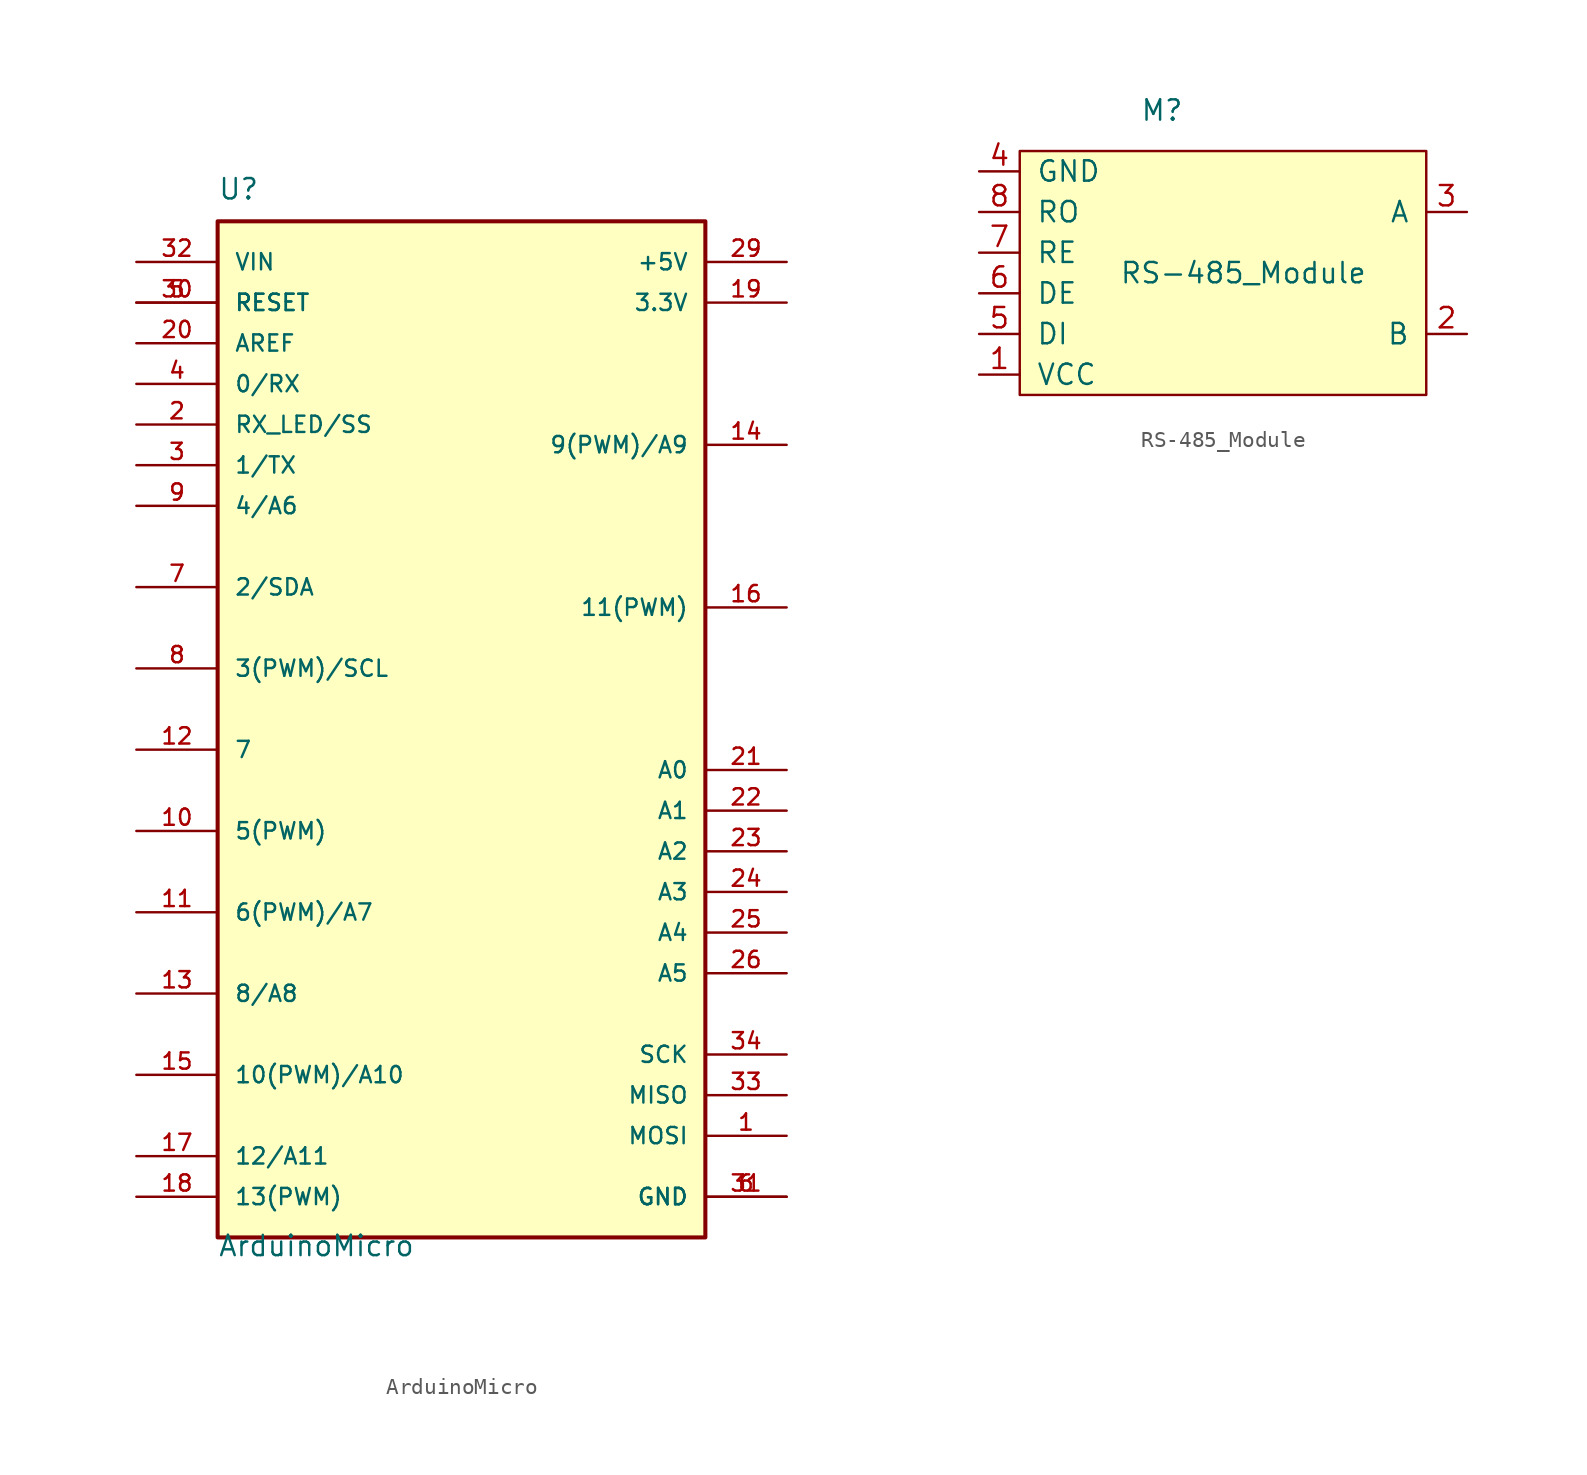
<source format=kicad_sym>
(kicad_symbol_lib
  (version 20211014)
  (generator kicad_symbol_editor)
  (symbol "ArduinoMicro"
    (pin_names
      (offset 1.016))
    (property "Reference" "U"
      (at -15.24 31.75 0)
      (effects (font (size 1.27 1.27)) (justify left bottom)))
    (property "Value" "ArduinoMicro"
      (at -15.24 -34.29 0)
      (effects (font (size 1.27 1.27)) (justify left bottom)))
    (symbol "ArduinoMicro_0_0"
      (rectangle (start -15.24 -33.02) (end 15.24 30.48) (stroke (width 0.254) (type default) (color 0 0 0 0)) (fill (type background)))
      (pin bidirectional line (at 20.32 -26.67 180) (length 5.08) (name "MOSI" (effects (font (size 1.016 1.016)))) (number "1" (effects (font (size 1.016 1.016)))))
      (pin bidirectional line (at -20.32 -7.62 0) (length 5.08) (name "5(PWM)" (effects (font (size 1.016 1.016)))) (number "10" (effects (font (size 1.016 1.016)))))
      (pin bidirectional line (at -20.32 -12.7 0) (length 5.08) (name "6(PWM)/A7" (effects (font (size 1.016 1.016)))) (number "11" (effects (font (size 1.016 1.016)))))
      (pin bidirectional line (at -20.32 -2.54 0) (length 5.08) (name "7" (effects (font (size 1.016 1.016)))) (number "12" (effects (font (size 1.016 1.016)))))
      (pin bidirectional line (at -20.32 -17.78 0) (length 5.08) (name "8/A8" (effects (font (size 1.016 1.016)))) (number "13" (effects (font (size 1.016 1.016)))))
      (pin bidirectional line (at 20.32 16.51 180) (length 5.08) (name "9(PWM)/A9" (effects (font (size 1.016 1.016)))) (number "14" (effects (font (size 1.016 1.016)))))
      (pin bidirectional line (at -20.32 -22.86 0) (length 5.08) (name "10(PWM)/A10" (effects (font (size 1.016 1.016)))) (number "15" (effects (font (size 1.016 1.016)))))
      (pin bidirectional line (at 20.32 6.35 180) (length 5.08) (name "11(PWM)" (effects (font (size 1.016 1.016)))) (number "16" (effects (font (size 1.016 1.016)))))
      (pin bidirectional line (at -20.32 -27.94 0) (length 5.08) (name "12/A11" (effects (font (size 1.016 1.016)))) (number "17" (effects (font (size 1.016 1.016)))))
      (pin bidirectional line (at -20.32 -30.48 0) (length 5.08) (name "13(PWM)" (effects (font (size 1.016 1.016)))) (number "18" (effects (font (size 1.016 1.016)))))
      (pin power_in line (at 20.32 25.4 180) (length 5.08) (name "3.3V" (effects (font (size 1.016 1.016)))) (number "19" (effects (font (size 1.016 1.016)))))
      (pin bidirectional line (at -20.32 17.78 0) (length 5.08) (name "RX_LED/SS" (effects (font (size 1.016 1.016)))) (number "2" (effects (font (size 1.016 1.016)))))
      (pin input line (at -20.32 22.86 0) (length 5.08) (name "AREF" (effects (font (size 1.016 1.016)))) (number "20" (effects (font (size 1.016 1.016)))))
      (pin bidirectional line (at 20.32 -3.81 180) (length 5.08) (name "A0" (effects (font (size 1.016 1.016)))) (number "21" (effects (font (size 1.016 1.016)))))
      (pin bidirectional line (at 20.32 -6.35 180) (length 5.08) (name "A1" (effects (font (size 1.016 1.016)))) (number "22" (effects (font (size 1.016 1.016)))))
      (pin bidirectional line (at 20.32 -8.89 180) (length 5.08) (name "A2" (effects (font (size 1.016 1.016)))) (number "23" (effects (font (size 1.016 1.016)))))
      (pin bidirectional line (at 20.32 -11.43 180) (length 5.08) (name "A3" (effects (font (size 1.016 1.016)))) (number "24" (effects (font (size 1.016 1.016)))))
      (pin bidirectional line (at 20.32 -13.97 180) (length 5.08) (name "A4" (effects (font (size 1.016 1.016)))) (number "25" (effects (font (size 1.016 1.016)))))
      (pin bidirectional line (at 20.32 -16.51 180) (length 5.08) (name "A5" (effects (font (size 1.016 1.016)))) (number "26" (effects (font (size 1.016 1.016)))))
      (pin power_in line (at 20.32 27.94 180) (length 5.08) (name "+5V" (effects (font (size 1.016 1.016)))) (number "29" (effects (font (size 1.016 1.016)))))
      (pin bidirectional line (at -20.32 15.24 0) (length 5.08) (name "1/TX" (effects (font (size 1.016 1.016)))) (number "3" (effects (font (size 1.016 1.016)))))
      (pin input line (at -20.32 25.4 0) (length 5.08) (name "RESET" (effects (font (size 1.016 1.016)))) (number "30" (effects (font (size 1.016 1.016)))))
      (pin power_in line (at 20.32 -30.48 180) (length 5.08) (name "GND" (effects (font (size 1.016 1.016)))) (number "31" (effects (font (size 1.016 1.016)))))
      (pin power_in line (at -20.32 27.94 0) (length 5.08) (name "VIN" (effects (font (size 1.016 1.016)))) (number "32" (effects (font (size 1.016 1.016)))))
      (pin bidirectional line (at 20.32 -24.13 180) (length 5.08) (name "MISO" (effects (font (size 1.016 1.016)))) (number "33" (effects (font (size 1.016 1.016)))))
      (pin bidirectional line (at 20.32 -21.59 180) (length 5.08) (name "SCK" (effects (font (size 1.016 1.016)))) (number "34" (effects (font (size 1.016 1.016)))))
      (pin bidirectional line (at -20.32 20.32 0) (length 5.08) (name "0/RX" (effects (font (size 1.016 1.016)))) (number "4" (effects (font (size 1.016 1.016)))))
      (pin input line (at -20.32 25.4 0) (length 5.08) (name "RESET" (effects (font (size 1.016 1.016)))) (number "5" (effects (font (size 1.016 1.016)))))
      (pin power_in line (at 20.32 -30.48 180) (length 5.08) (name "GND" (effects (font (size 1.016 1.016)))) (number "6" (effects (font (size 1.016 1.016)))))
      (pin bidirectional line (at -20.32 7.62 0) (length 5.08) (name "2/SDA" (effects (font (size 1.016 1.016)))) (number "7" (effects (font (size 1.016 1.016)))))
      (pin bidirectional line (at -20.32 2.54 0) (length 5.08) (name "3(PWM)/SCL" (effects (font (size 1.016 1.016)))) (number "8" (effects (font (size 1.016 1.016)))))
      (pin bidirectional line (at -20.32 12.7 0) (length 5.08) (name "4/A6" (effects (font (size 1.016 1.016)))) (number "9" (effects (font (size 1.016 1.016)))))))
  (symbol "RS-485_Module"
    (pin_names
      (offset 1.016))
    (property "Reference" "M"
      (at 0 7.62 0)
      (effects (font (size 1.27 1.27))))
    (property "Value" "RS-485_Module"
      (at 5.08 -2.54 0)
      (effects (font (size 1.27 1.27))))
    (symbol "RS-485_Module_0_1"
      (rectangle (start -8.89 5.08) (end 16.51 -10.16) (stroke (width 0) (type default) (color 0 0 0 0)) (fill (type background))))
    (symbol "RS-485_Module_1_1"
      (pin power_in line (at -11.43 -8.89 0) (length 2.54) (name "VCC" (effects (font (size 1.27 1.27)))) (number "1" (effects (font (size 1.27 1.27)))))
      (pin bidirectional line (at 19.05 -6.35 180) (length 2.54) (name "B" (effects (font (size 1.27 1.27)))) (number "2" (effects (font (size 1.27 1.27)))))
      (pin bidirectional line (at 19.05 1.27 180) (length 2.54) (name "A" (effects (font (size 1.27 1.27)))) (number "3" (effects (font (size 1.27 1.27)))))
      (pin power_in line (at -11.43 3.81 0) (length 2.54) (name "GND" (effects (font (size 1.27 1.27)))) (number "4" (effects (font (size 1.27 1.27)))))
      (pin bidirectional line (at -11.43 -6.35 0) (length 2.54) (name "DI" (effects (font (size 1.27 1.27)))) (number "5" (effects (font (size 1.27 1.27)))))
      (pin bidirectional line (at -11.43 -3.81 0) (length 2.54) (name "DE" (effects (font (size 1.27 1.27)))) (number "6" (effects (font (size 1.27 1.27)))))
      (pin bidirectional line (at -11.43 -1.27 0) (length 2.54) (name "RE" (effects (font (size 1.27 1.27)))) (number "7" (effects (font (size 1.27 1.27)))))
      (pin bidirectional line (at -11.43 1.27 0) (length 2.54) (name "RO" (effects (font (size 1.27 1.27)))) (number "8" (effects (font (size 1.27 1.27))))))))
</source>
